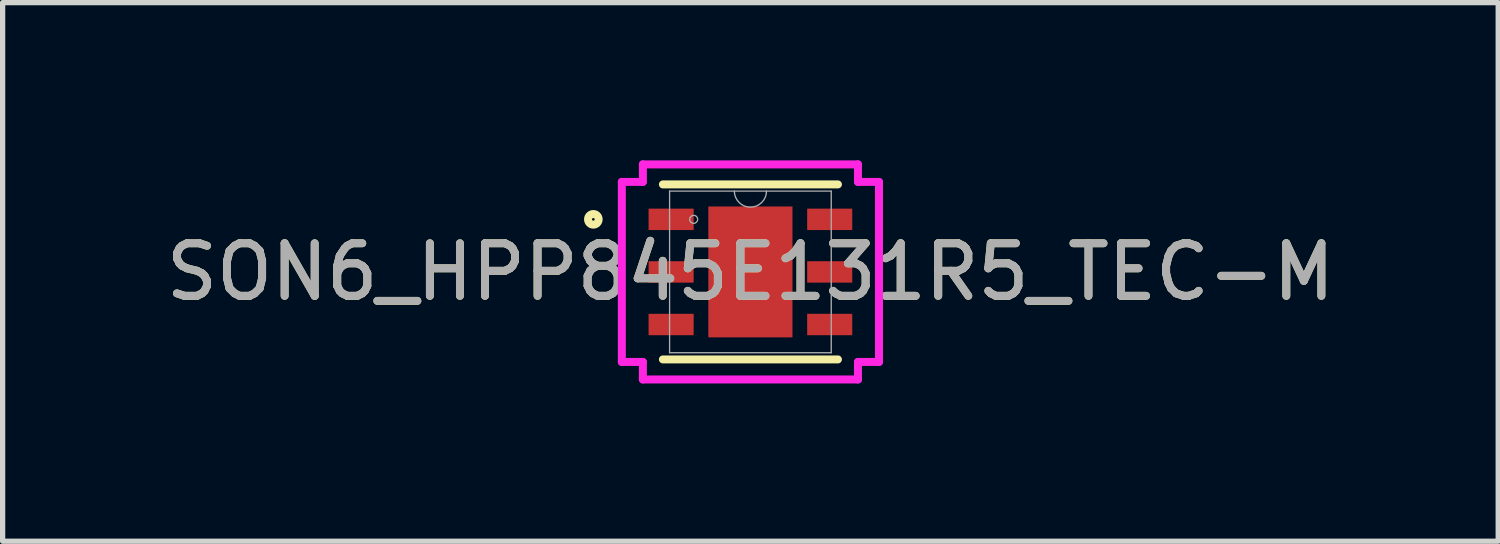
<source format=kicad_pcb>
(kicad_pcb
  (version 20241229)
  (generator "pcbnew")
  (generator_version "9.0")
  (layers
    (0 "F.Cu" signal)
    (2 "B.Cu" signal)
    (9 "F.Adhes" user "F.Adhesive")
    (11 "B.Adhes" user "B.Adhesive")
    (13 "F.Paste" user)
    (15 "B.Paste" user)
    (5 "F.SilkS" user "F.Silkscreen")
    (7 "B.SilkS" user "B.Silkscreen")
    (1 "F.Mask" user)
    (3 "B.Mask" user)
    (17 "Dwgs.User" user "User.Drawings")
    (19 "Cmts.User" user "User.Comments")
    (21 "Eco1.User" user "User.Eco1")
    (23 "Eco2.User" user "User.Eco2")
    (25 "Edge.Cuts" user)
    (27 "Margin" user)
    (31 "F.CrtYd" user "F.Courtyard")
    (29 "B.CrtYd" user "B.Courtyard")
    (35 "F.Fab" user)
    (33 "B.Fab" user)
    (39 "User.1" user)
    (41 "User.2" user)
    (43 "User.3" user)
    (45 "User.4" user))
  (footprint "SON6_HPP845E131R5_TEC-M"
    (layer "F.Cu")
    (at 11.22 2.121)
    (property "Reference" "SON6_HPP845E131R5_TEC-M" (at 0 0 0) (unlocked yes) (layer "F.SilkS") (effects (font (size 1 1) (thickness 0.15))))
    (attr smd)
    (fp_line (start -1.664 1.664) (end 1.664 1.664) (stroke (width 0.152) (type solid)) (layer "F.SilkS"))
    (fp_line (start 1.664 -1.664) (end -1.664 -1.664) (stroke (width 0.152) (type solid)) (layer "F.SilkS"))
    (fp_circle (center -2.987 -1) (end -2.886 -1) (stroke (width 0.152) (type solid)) (fill no) (layer "F.SilkS"))
    (fp_line (start -2.445 -1.712) (end -2.045 -1.712) (stroke (width 0.152) (type solid)) (layer "F.CrtYd"))
    (fp_line (start -2.445 1.712) (end -2.445 -1.712) (stroke (width 0.152) (type solid)) (layer "F.CrtYd"))
    (fp_line (start -2.445 1.712) (end -2.045 1.712) (stroke (width 0.152) (type solid)) (layer "F.CrtYd"))
    (fp_line (start -2.045 -2.045) (end 2.045 -2.045) (stroke (width 0.152) (type solid)) (layer "F.CrtYd"))
    (fp_line (start -2.045 -1.712) (end -2.045 -2.045) (stroke (width 0.152) (type solid)) (layer "F.CrtYd"))
    (fp_line (start -2.045 2.045) (end -2.045 1.712) (stroke (width 0.152) (type solid)) (layer "F.CrtYd"))
    (fp_line (start 2.045 -2.045) (end 2.045 -1.712) (stroke (width 0.152) (type solid)) (layer "F.CrtYd"))
    (fp_line (start 2.045 1.712) (end 2.045 2.045) (stroke (width 0.152) (type solid)) (layer "F.CrtYd"))
    (fp_line (start 2.045 2.045) (end -2.045 2.045) (stroke (width 0.152) (type solid)) (layer "F.CrtYd"))
    (fp_line (start 2.445 -1.712) (end 2.045 -1.712) (stroke (width 0.152) (type solid)) (layer "F.CrtYd"))
    (fp_line (start 2.445 -1.712) (end 2.445 1.712) (stroke (width 0.152) (type solid)) (layer "F.CrtYd"))
    (fp_line (start 2.445 1.712) (end 2.045 1.712) (stroke (width 0.152) (type solid)) (layer "F.CrtYd"))
    (fp_line (start -1.537 -1.537) (end -1.537 1.537) (stroke (width 0.025) (type solid)) (layer "F.Fab"))
    (fp_line (start -1.537 1.537) (end 1.537 1.537) (stroke (width 0.025) (type solid)) (layer "F.Fab"))
    (fp_line (start 1.537 -1.537) (end -1.537 -1.537) (stroke (width 0.025) (type solid)) (layer "F.Fab"))
    (fp_line (start 1.537 1.537) (end 1.537 -1.537) (stroke (width 0.025) (type solid)) (layer "F.Fab"))
    (fp_arc (start 0.3048 -1.5367) (mid 0 -1.2319) (end -0.3048 -1.5367) (stroke (width 0.0254) (type solid)) (layer "F.Fab"))
    (fp_circle (center -1.079 -1) (end -1.003 -1) (stroke (width 0.025) (type solid)) (fill no) (layer "F.Fab"))
    (fp_text user "${REFERENCE}" (at 0 0 0) (unlocked yes) (layer "F.Fab") (effects (font (size 1 1) (thickness 0.15))))
    (pad "1" smd rect (at -1.508 -1) (size 0.857 0.407) (layers "F.Cu" "F.Mask" "F.Paste"))
    (pad "2" smd rect (at -1.508 0) (size 0.857 0.407) (layers "F.Cu" "F.Mask" "F.Paste"))
    (pad "3" smd rect (at -1.508 1) (size 0.857 0.407) (layers "F.Cu" "F.Mask" "F.Paste"))
    (pad "4" smd rect (at 1.508 1) (size 0.857 0.407) (layers "F.Cu" "F.Mask" "F.Paste"))
    (pad "5" smd rect (at 1.508 0) (size 0.857 0.407) (layers "F.Cu" "F.Mask" "F.Paste"))
    (pad "6" smd rect (at 1.508 -1) (size 0.857 0.407) (layers "F.Cu" "F.Mask" "F.Paste"))
    (pad "7" smd rect (at 0 0) (size 1.6 2.489) (layers "F.Cu" "F.Mask" "F.Paste")))
  (gr_rect
    (start -3 -3)
    (end 25.44 7.242)
    (stroke (width 0.1) (type default))
    (fill no)
    (layer "Edge.Cuts")))
</source>
